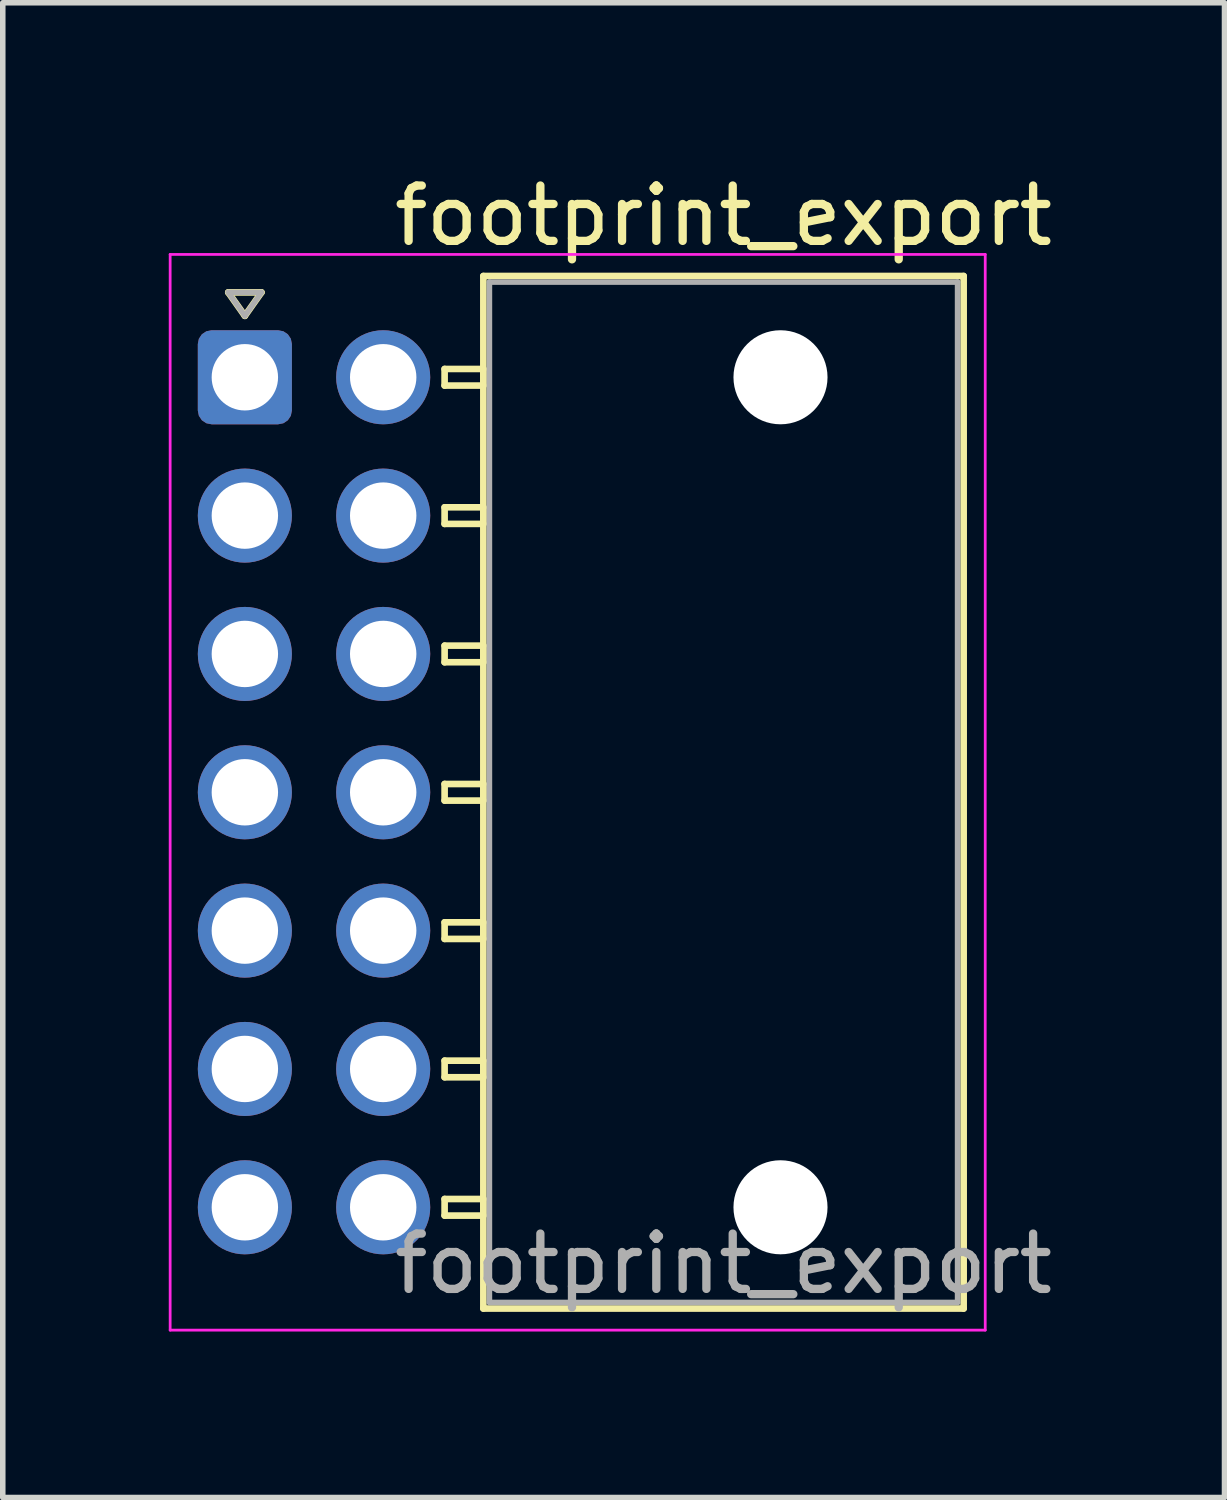
<source format=kicad_pcb>
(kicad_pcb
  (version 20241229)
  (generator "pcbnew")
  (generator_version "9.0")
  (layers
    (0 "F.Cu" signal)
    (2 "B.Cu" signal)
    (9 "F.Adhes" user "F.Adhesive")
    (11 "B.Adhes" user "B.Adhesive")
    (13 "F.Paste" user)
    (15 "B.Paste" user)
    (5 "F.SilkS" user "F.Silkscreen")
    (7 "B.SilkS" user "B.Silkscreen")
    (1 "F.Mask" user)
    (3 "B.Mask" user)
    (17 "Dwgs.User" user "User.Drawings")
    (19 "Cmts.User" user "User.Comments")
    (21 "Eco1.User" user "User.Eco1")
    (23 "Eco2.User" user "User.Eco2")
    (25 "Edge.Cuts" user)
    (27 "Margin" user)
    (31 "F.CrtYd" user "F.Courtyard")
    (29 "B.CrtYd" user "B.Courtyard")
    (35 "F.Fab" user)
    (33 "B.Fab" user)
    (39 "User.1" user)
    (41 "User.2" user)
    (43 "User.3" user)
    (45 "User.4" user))
  (footprint "footprint_export"
    (layer "F.Cu")
    (at 1.375 3.768)
    (property "Reference" "footprint_export" (at 8.65 -2.92 0) (layer "F.SilkS") (effects (font (size 1 1) (thickness 0.15))))
    (attr through_hole)
    (fp_line (start -0.3 -1.534) (end 0 -1.11) (stroke (width 0.12) (type solid)) (layer "F.SilkS"))
    (fp_line (start 0 -1.11) (end 0.3 -1.534) (stroke (width 0.12) (type solid)) (layer "F.SilkS"))
    (fp_line (start 0.3 -1.534) (end -0.3 -1.534) (stroke (width 0.12) (type solid)) (layer "F.SilkS"))
    (fp_line (start 3.61 -0.15) (end 3.61 0.15) (stroke (width 0.12) (type solid)) (layer "F.SilkS"))
    (fp_line (start 3.61 0.15) (end 4.31 0.15) (stroke (width 0.12) (type solid)) (layer "F.SilkS"))
    (fp_line (start 3.61 2.35) (end 3.61 2.65) (stroke (width 0.12) (type solid)) (layer "F.SilkS"))
    (fp_line (start 3.61 2.65) (end 4.31 2.65) (stroke (width 0.12) (type solid)) (layer "F.SilkS"))
    (fp_line (start 3.61 4.85) (end 3.61 5.15) (stroke (width 0.12) (type solid)) (layer "F.SilkS"))
    (fp_line (start 3.61 5.15) (end 4.31 5.15) (stroke (width 0.12) (type solid)) (layer "F.SilkS"))
    (fp_line (start 3.61 7.35) (end 3.61 7.65) (stroke (width 0.12) (type solid)) (layer "F.SilkS"))
    (fp_line (start 3.61 7.65) (end 4.31 7.65) (stroke (width 0.12) (type solid)) (layer "F.SilkS"))
    (fp_line (start 3.61 9.85) (end 3.61 10.15) (stroke (width 0.12) (type solid)) (layer "F.SilkS"))
    (fp_line (start 3.61 10.15) (end 4.31 10.15) (stroke (width 0.12) (type solid)) (layer "F.SilkS"))
    (fp_line (start 3.61 12.35) (end 3.61 12.65) (stroke (width 0.12) (type solid)) (layer "F.SilkS"))
    (fp_line (start 3.61 12.65) (end 4.31 12.65) (stroke (width 0.12) (type solid)) (layer "F.SilkS"))
    (fp_line (start 3.61 14.85) (end 3.61 15.15) (stroke (width 0.12) (type solid)) (layer "F.SilkS"))
    (fp_line (start 3.61 15.15) (end 4.31 15.15) (stroke (width 0.12) (type solid)) (layer "F.SilkS"))
    (fp_line (start 4.31 -1.83) (end 4.31 16.83) (stroke (width 0.12) (type solid)) (layer "F.SilkS"))
    (fp_line (start 4.31 -0.15) (end 3.61 -0.15) (stroke (width 0.12) (type solid)) (layer "F.SilkS"))
    (fp_line (start 4.31 0.15) (end 4.31 -0.15) (stroke (width 0.12) (type solid)) (layer "F.SilkS"))
    (fp_line (start 4.31 2.35) (end 3.61 2.35) (stroke (width 0.12) (type solid)) (layer "F.SilkS"))
    (fp_line (start 4.31 2.65) (end 4.31 2.35) (stroke (width 0.12) (type solid)) (layer "F.SilkS"))
    (fp_line (start 4.31 4.85) (end 3.61 4.85) (stroke (width 0.12) (type solid)) (layer "F.SilkS"))
    (fp_line (start 4.31 5.15) (end 4.31 4.85) (stroke (width 0.12) (type solid)) (layer "F.SilkS"))
    (fp_line (start 4.31 7.35) (end 3.61 7.35) (stroke (width 0.12) (type solid)) (layer "F.SilkS"))
    (fp_line (start 4.31 7.65) (end 4.31 7.35) (stroke (width 0.12) (type solid)) (layer "F.SilkS"))
    (fp_line (start 4.31 9.85) (end 3.61 9.85) (stroke (width 0.12) (type solid)) (layer "F.SilkS"))
    (fp_line (start 4.31 10.15) (end 4.31 9.85) (stroke (width 0.12) (type solid)) (layer "F.SilkS"))
    (fp_line (start 4.31 12.35) (end 3.61 12.35) (stroke (width 0.12) (type solid)) (layer "F.SilkS"))
    (fp_line (start 4.31 12.65) (end 4.31 12.35) (stroke (width 0.12) (type solid)) (layer "F.SilkS"))
    (fp_line (start 4.31 14.85) (end 3.61 14.85) (stroke (width 0.12) (type solid)) (layer "F.SilkS"))
    (fp_line (start 4.31 15.15) (end 4.31 14.85) (stroke (width 0.12) (type solid)) (layer "F.SilkS"))
    (fp_line (start 4.31 16.83) (end 12.99 16.83) (stroke (width 0.12) (type solid)) (layer "F.SilkS"))
    (fp_line (start 12.99 -1.83) (end 4.31 -1.83) (stroke (width 0.12) (type solid)) (layer "F.SilkS"))
    (fp_line (start 12.99 16.83) (end 12.99 -1.83) (stroke (width 0.12) (type solid)) (layer "F.SilkS"))
    (fp_line (start -1.35 -2.22) (end -1.35 17.22) (stroke (width 0.05) (type solid)) (layer "F.CrtYd"))
    (fp_line (start -1.35 17.22) (end 13.38 17.22) (stroke (width 0.05) (type solid)) (layer "F.CrtYd"))
    (fp_line (start 13.38 -2.22) (end -1.35 -2.22) (stroke (width 0.05) (type solid)) (layer "F.CrtYd"))
    (fp_line (start 13.38 17.22) (end 13.38 -2.22) (stroke (width 0.05) (type solid)) (layer "F.CrtYd"))
    (fp_line (start -0.3 -1.534) (end 0 -1.11) (stroke (width 0.1) (type solid)) (layer "F.Fab"))
    (fp_line (start 0 -1.11) (end 0.3 -1.534) (stroke (width 0.1) (type solid)) (layer "F.Fab"))
    (fp_line (start 0.3 -1.534) (end -0.3 -1.534) (stroke (width 0.1) (type solid)) (layer "F.Fab"))
    (fp_line (start 4.42 -1.72) (end 4.42 16.72) (stroke (width 0.1) (type solid)) (layer "F.Fab"))
    (fp_line (start 4.42 16.72) (end 12.88 16.72) (stroke (width 0.1) (type solid)) (layer "F.Fab"))
    (fp_line (start 12.88 -1.72) (end 4.42 -1.72) (stroke (width 0.1) (type solid)) (layer "F.Fab"))
    (fp_line (start 12.88 16.72) (end 12.88 -1.72) (stroke (width 0.1) (type solid)) (layer "F.Fab"))
    (fp_text user "${REFERENCE}" (at 8.65 16.02 0) (layer "F.Fab") (effects (font (size 1 1) (thickness 0.15))))
    (pad "" np_thru_hole circle (at 9.68 0) (size 1.7 1.7) (drill 1.7) (layers "*.Cu" "*.Mask"))
    (pad "" np_thru_hole circle (at 9.68 15) (size 1.7 1.7) (drill 1.7) (layers "*.Cu" "*.Mask"))
    (pad "1" thru_hole roundrect (at 0 0) (size 1.7 1.7) (drill 1.2) (layers "*.Cu" "*.Mask") (roundrect_rratio 0.147))
    (pad "2" thru_hole circle (at 0 2.5) (size 1.7 1.7) (drill 1.2) (layers "*.Cu" "*.Mask"))
    (pad "3" thru_hole circle (at 0 5) (size 1.7 1.7) (drill 1.2) (layers "*.Cu" "*.Mask"))
    (pad "4" thru_hole circle (at 0 7.5) (size 1.7 1.7) (drill 1.2) (layers "*.Cu" "*.Mask"))
    (pad "5" thru_hole circle (at 0 10) (size 1.7 1.7) (drill 1.2) (layers "*.Cu" "*.Mask"))
    (pad "6" thru_hole circle (at 0 12.5) (size 1.7 1.7) (drill 1.2) (layers "*.Cu" "*.Mask"))
    (pad "7" thru_hole circle (at 0 15) (size 1.7 1.7) (drill 1.2) (layers "*.Cu" "*.Mask"))
    (pad "8" thru_hole circle (at 2.5 0) (size 1.7 1.7) (drill 1.2) (layers "*.Cu" "*.Mask"))
    (pad "9" thru_hole circle (at 2.5 2.5) (size 1.7 1.7) (drill 1.2) (layers "*.Cu" "*.Mask"))
    (pad "10" thru_hole circle (at 2.5 5) (size 1.7 1.7) (drill 1.2) (layers "*.Cu" "*.Mask"))
    (pad "11" thru_hole circle (at 2.5 7.5) (size 1.7 1.7) (drill 1.2) (layers "*.Cu" "*.Mask"))
    (pad "12" thru_hole circle (at 2.5 10) (size 1.7 1.7) (drill 1.2) (layers "*.Cu" "*.Mask"))
    (pad "13" thru_hole circle (at 2.5 12.5) (size 1.7 1.7) (drill 1.2) (layers "*.Cu" "*.Mask"))
    (pad "14" thru_hole circle (at 2.5 15) (size 1.7 1.7) (drill 1.2) (layers "*.Cu" "*.Mask")))
  (gr_rect
    (start -3 -3)
    (end 19.079 24.013)
    (stroke (width 0.1) (type default))
    (fill no)
    (layer "Edge.Cuts")))
</source>
